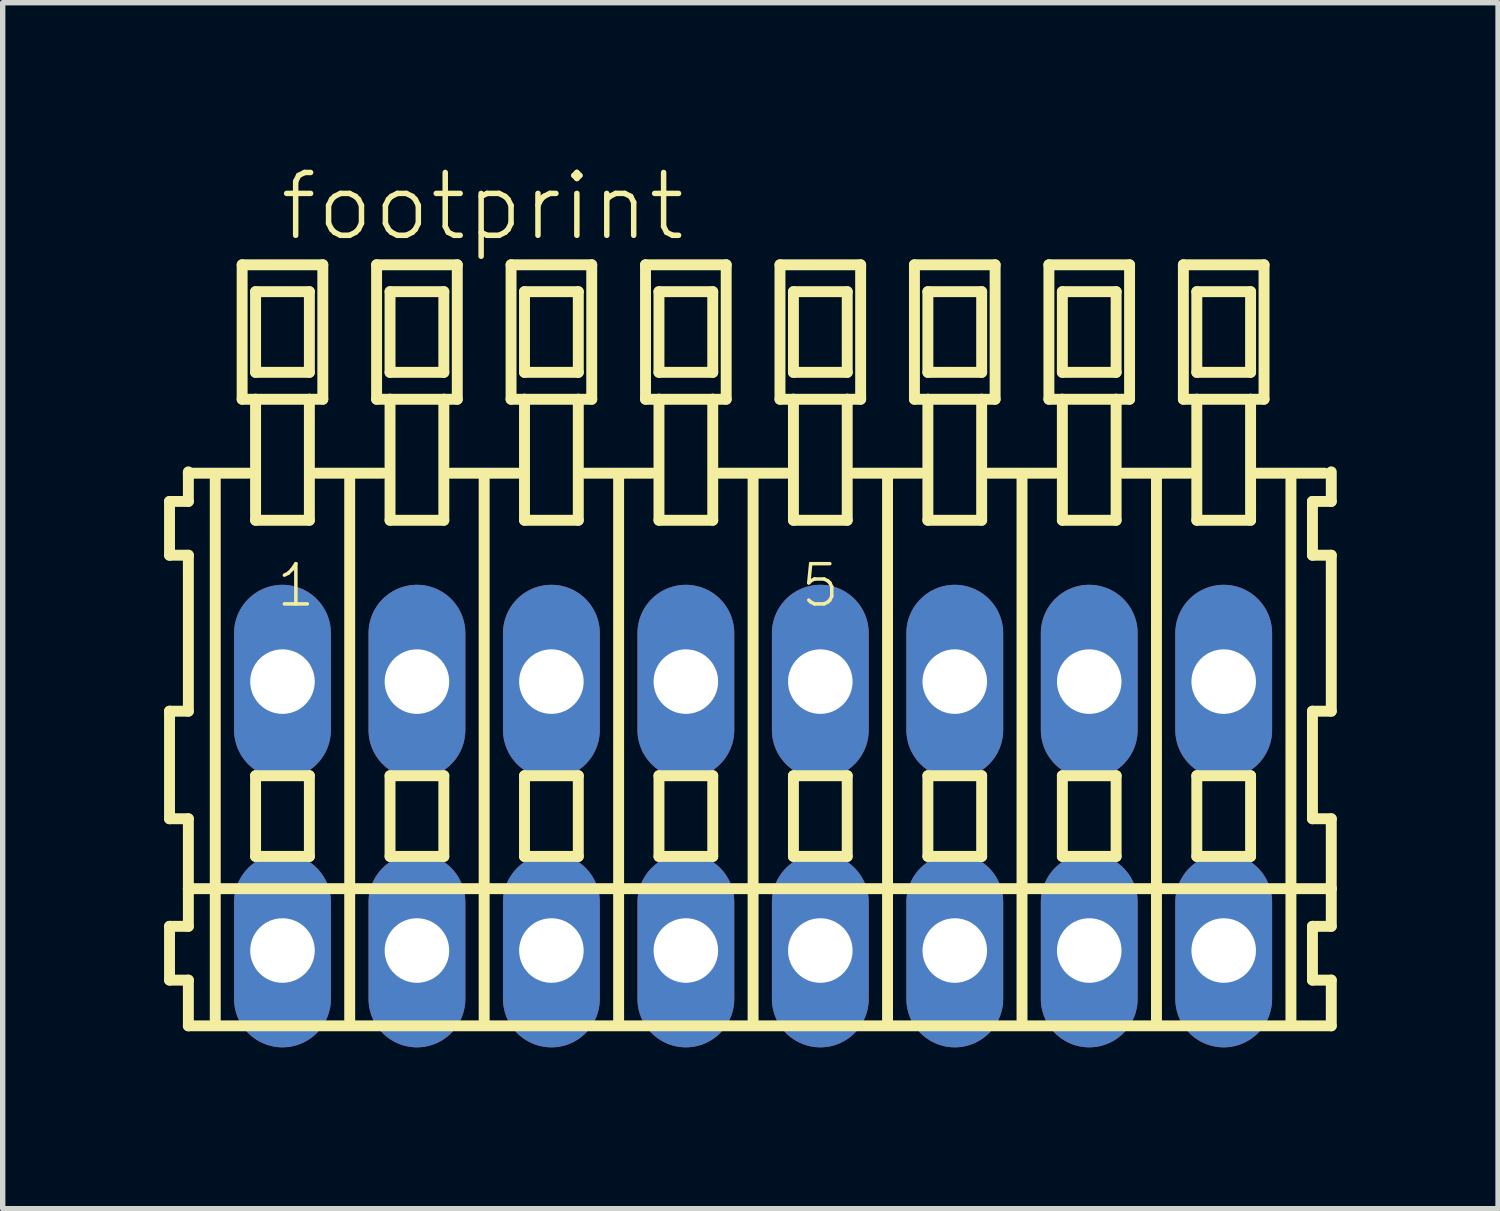
<source format=kicad_pcb>
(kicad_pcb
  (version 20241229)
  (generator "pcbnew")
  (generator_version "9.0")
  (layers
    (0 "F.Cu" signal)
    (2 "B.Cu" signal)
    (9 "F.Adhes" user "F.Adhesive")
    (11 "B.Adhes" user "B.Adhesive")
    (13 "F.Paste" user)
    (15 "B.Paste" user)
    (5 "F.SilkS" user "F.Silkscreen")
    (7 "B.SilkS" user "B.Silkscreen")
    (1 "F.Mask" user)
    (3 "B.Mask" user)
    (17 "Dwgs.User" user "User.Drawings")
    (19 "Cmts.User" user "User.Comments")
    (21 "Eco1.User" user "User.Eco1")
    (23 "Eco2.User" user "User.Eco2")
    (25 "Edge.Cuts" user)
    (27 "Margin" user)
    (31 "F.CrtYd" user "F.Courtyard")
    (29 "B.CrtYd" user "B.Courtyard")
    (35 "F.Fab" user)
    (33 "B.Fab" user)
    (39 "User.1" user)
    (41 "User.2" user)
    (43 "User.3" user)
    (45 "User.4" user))
  (footprint "footprint"
    (layer "F.Cu")
    (at 10.952 12.123)
    (property "Reference" "footprint" (at -8.85 -10.65 0) (layer "F.SilkS") (effects (font (size 1.168 1.168) (thickness 0.102)) (justify left bottom)))
    (fp_line (start -10.85 -5.85) (end -10.85 -4.85) (stroke (width 0.203) (type solid)) (layer "F.SilkS"))
    (fp_line (start -10.85 -4.85) (end -10.5 -4.85) (stroke (width 0.203) (type solid)) (layer "F.SilkS"))
    (fp_line (start -10.85 -1.95) (end -10.85 0.05) (stroke (width 0.203) (type solid)) (layer "F.SilkS"))
    (fp_line (start -10.85 0.05) (end -10.5 0.05) (stroke (width 0.203) (type solid)) (layer "F.SilkS"))
    (fp_line (start -10.85 2.05) (end -10.85 3.05) (stroke (width 0.203) (type solid)) (layer "F.SilkS"))
    (fp_line (start -10.85 3.05) (end -10.5 3.05) (stroke (width 0.203) (type solid)) (layer "F.SilkS"))
    (fp_line (start -10.5 -6.4) (end -10.5 -6.375) (stroke (width 0.203) (type solid)) (layer "F.SilkS"))
    (fp_line (start -10.5 -6.375) (end -10.5 -5.85) (stroke (width 0.203) (type solid)) (layer "F.SilkS"))
    (fp_line (start -10.5 -6.375) (end -9.375 -6.375) (stroke (width 0.203) (type solid)) (layer "F.SilkS"))
    (fp_line (start -10.5 -5.85) (end -10.85 -5.85) (stroke (width 0.203) (type solid)) (layer "F.SilkS"))
    (fp_line (start -10.5 -4.85) (end -10.5 -1.95) (stroke (width 0.203) (type solid)) (layer "F.SilkS"))
    (fp_line (start -10.5 -1.95) (end -10.85 -1.95) (stroke (width 0.203) (type solid)) (layer "F.SilkS"))
    (fp_line (start -10.5 0.05) (end -10.5 1.35) (stroke (width 0.203) (type solid)) (layer "F.SilkS"))
    (fp_line (start -10.5 1.35) (end -10.5 2.05) (stroke (width 0.203) (type solid)) (layer "F.SilkS"))
    (fp_line (start -10.5 1.35) (end 10.75 1.35) (stroke (width 0.203) (type solid)) (layer "F.SilkS"))
    (fp_line (start -10.5 2.05) (end -10.85 2.05) (stroke (width 0.203) (type solid)) (layer "F.SilkS"))
    (fp_line (start -10.5 3.05) (end -10.5 3.9) (stroke (width 0.203) (type solid)) (layer "F.SilkS"))
    (fp_line (start -10.5 3.9) (end 10.75 3.9) (stroke (width 0.203) (type solid)) (layer "F.SilkS"))
    (fp_line (start -10 -6.35) (end -10 3.8) (stroke (width 0.203) (type solid)) (layer "F.SilkS"))
    (fp_line (start -9.5 -10.25) (end -9.5 -7.75) (stroke (width 0.203) (type solid)) (layer "F.SilkS"))
    (fp_line (start -9.5 -7.75) (end -9.25 -7.75) (stroke (width 0.203) (type solid)) (layer "F.SilkS"))
    (fp_line (start -9.25 -9.75) (end -9.25 -8.25) (stroke (width 0.203) (type solid)) (layer "F.SilkS"))
    (fp_line (start -9.25 -8.25) (end -8.25 -8.25) (stroke (width 0.203) (type solid)) (layer "F.SilkS"))
    (fp_line (start -9.25 -7.75) (end -9.25 -5.5) (stroke (width 0.203) (type solid)) (layer "F.SilkS"))
    (fp_line (start -9.25 -7.75) (end -8.25 -7.75) (stroke (width 0.203) (type solid)) (layer "F.SilkS"))
    (fp_line (start -9.25 -5.5) (end -8.25 -5.5) (stroke (width 0.203) (type solid)) (layer "F.SilkS"))
    (fp_line (start -9.25 -0.75) (end -9.25 0.75) (stroke (width 0.203) (type solid)) (layer "F.SilkS"))
    (fp_line (start -9.25 0.75) (end -8.25 0.75) (stroke (width 0.203) (type solid)) (layer "F.SilkS"))
    (fp_line (start -8.25 -9.75) (end -9.25 -9.75) (stroke (width 0.203) (type solid)) (layer "F.SilkS"))
    (fp_line (start -8.25 -8.25) (end -8.25 -9.75) (stroke (width 0.203) (type solid)) (layer "F.SilkS"))
    (fp_line (start -8.25 -7.75) (end -8 -7.75) (stroke (width 0.203) (type solid)) (layer "F.SilkS"))
    (fp_line (start -8.25 -5.5) (end -8.25 -7.75) (stroke (width 0.203) (type solid)) (layer "F.SilkS"))
    (fp_line (start -8.25 -0.75) (end -9.25 -0.75) (stroke (width 0.203) (type solid)) (layer "F.SilkS"))
    (fp_line (start -8.25 0.75) (end -8.25 -0.75) (stroke (width 0.203) (type solid)) (layer "F.SilkS"))
    (fp_line (start -8.125 -6.375) (end -6.875 -6.375) (stroke (width 0.203) (type solid)) (layer "F.SilkS"))
    (fp_line (start -8 -10.25) (end -9.5 -10.25) (stroke (width 0.203) (type solid)) (layer "F.SilkS"))
    (fp_line (start -8 -7.75) (end -8 -10.25) (stroke (width 0.203) (type solid)) (layer "F.SilkS"))
    (fp_line (start -7.5 -6.35) (end -7.5 3.8) (stroke (width 0.203) (type solid)) (layer "F.SilkS"))
    (fp_line (start -7 -10.25) (end -7 -7.75) (stroke (width 0.203) (type solid)) (layer "F.SilkS"))
    (fp_line (start -7 -7.75) (end -6.75 -7.75) (stroke (width 0.203) (type solid)) (layer "F.SilkS"))
    (fp_line (start -6.75 -9.75) (end -6.75 -8.25) (stroke (width 0.203) (type solid)) (layer "F.SilkS"))
    (fp_line (start -6.75 -8.25) (end -5.75 -8.25) (stroke (width 0.203) (type solid)) (layer "F.SilkS"))
    (fp_line (start -6.75 -7.75) (end -6.75 -5.5) (stroke (width 0.203) (type solid)) (layer "F.SilkS"))
    (fp_line (start -6.75 -7.75) (end -5.75 -7.75) (stroke (width 0.203) (type solid)) (layer "F.SilkS"))
    (fp_line (start -6.75 -5.5) (end -5.75 -5.5) (stroke (width 0.203) (type solid)) (layer "F.SilkS"))
    (fp_line (start -6.75 -0.75) (end -6.75 0.75) (stroke (width 0.203) (type solid)) (layer "F.SilkS"))
    (fp_line (start -6.75 0.75) (end -5.75 0.75) (stroke (width 0.203) (type solid)) (layer "F.SilkS"))
    (fp_line (start -5.75 -9.75) (end -6.75 -9.75) (stroke (width 0.203) (type solid)) (layer "F.SilkS"))
    (fp_line (start -5.75 -8.25) (end -5.75 -9.75) (stroke (width 0.203) (type solid)) (layer "F.SilkS"))
    (fp_line (start -5.75 -7.75) (end -5.5 -7.75) (stroke (width 0.203) (type solid)) (layer "F.SilkS"))
    (fp_line (start -5.75 -5.5) (end -5.75 -7.75) (stroke (width 0.203) (type solid)) (layer "F.SilkS"))
    (fp_line (start -5.75 -0.75) (end -6.75 -0.75) (stroke (width 0.203) (type solid)) (layer "F.SilkS"))
    (fp_line (start -5.75 0.75) (end -5.75 -0.75) (stroke (width 0.203) (type solid)) (layer "F.SilkS"))
    (fp_line (start -5.625 -6.375) (end -4.375 -6.375) (stroke (width 0.203) (type solid)) (layer "F.SilkS"))
    (fp_line (start -5.5 -10.25) (end -7 -10.25) (stroke (width 0.203) (type solid)) (layer "F.SilkS"))
    (fp_line (start -5.5 -7.75) (end -5.5 -10.25) (stroke (width 0.203) (type solid)) (layer "F.SilkS"))
    (fp_line (start -5 -6.35) (end -5 3.8) (stroke (width 0.203) (type solid)) (layer "F.SilkS"))
    (fp_line (start -4.5 -10.25) (end -4.5 -7.75) (stroke (width 0.203) (type solid)) (layer "F.SilkS"))
    (fp_line (start -4.5 -7.75) (end -4.25 -7.75) (stroke (width 0.203) (type solid)) (layer "F.SilkS"))
    (fp_line (start -4.25 -9.75) (end -4.25 -8.25) (stroke (width 0.203) (type solid)) (layer "F.SilkS"))
    (fp_line (start -4.25 -8.25) (end -3.25 -8.25) (stroke (width 0.203) (type solid)) (layer "F.SilkS"))
    (fp_line (start -4.25 -7.75) (end -4.25 -5.5) (stroke (width 0.203) (type solid)) (layer "F.SilkS"))
    (fp_line (start -4.25 -7.75) (end -3.25 -7.75) (stroke (width 0.203) (type solid)) (layer "F.SilkS"))
    (fp_line (start -4.25 -5.5) (end -3.25 -5.5) (stroke (width 0.203) (type solid)) (layer "F.SilkS"))
    (fp_line (start -4.25 -0.75) (end -4.25 0.75) (stroke (width 0.203) (type solid)) (layer "F.SilkS"))
    (fp_line (start -4.25 0.75) (end -3.25 0.75) (stroke (width 0.203) (type solid)) (layer "F.SilkS"))
    (fp_line (start -3.25 -9.75) (end -4.25 -9.75) (stroke (width 0.203) (type solid)) (layer "F.SilkS"))
    (fp_line (start -3.25 -8.25) (end -3.25 -9.75) (stroke (width 0.203) (type solid)) (layer "F.SilkS"))
    (fp_line (start -3.25 -7.75) (end -3 -7.75) (stroke (width 0.203) (type solid)) (layer "F.SilkS"))
    (fp_line (start -3.25 -5.5) (end -3.25 -7.75) (stroke (width 0.203) (type solid)) (layer "F.SilkS"))
    (fp_line (start -3.25 -0.75) (end -4.25 -0.75) (stroke (width 0.203) (type solid)) (layer "F.SilkS"))
    (fp_line (start -3.25 0.75) (end -3.25 -0.75) (stroke (width 0.203) (type solid)) (layer "F.SilkS"))
    (fp_line (start -3.125 -6.375) (end -1.875 -6.375) (stroke (width 0.203) (type solid)) (layer "F.SilkS"))
    (fp_line (start -3 -10.25) (end -4.5 -10.25) (stroke (width 0.203) (type solid)) (layer "F.SilkS"))
    (fp_line (start -3 -7.75) (end -3 -10.25) (stroke (width 0.203) (type solid)) (layer "F.SilkS"))
    (fp_line (start -2.5 -6.35) (end -2.5 3.8) (stroke (width 0.203) (type solid)) (layer "F.SilkS"))
    (fp_line (start -2 -10.25) (end -2 -7.75) (stroke (width 0.203) (type solid)) (layer "F.SilkS"))
    (fp_line (start -2 -7.75) (end -1.75 -7.75) (stroke (width 0.203) (type solid)) (layer "F.SilkS"))
    (fp_line (start -1.75 -9.75) (end -1.75 -8.25) (stroke (width 0.203) (type solid)) (layer "F.SilkS"))
    (fp_line (start -1.75 -8.25) (end -0.75 -8.25) (stroke (width 0.203) (type solid)) (layer "F.SilkS"))
    (fp_line (start -1.75 -7.75) (end -1.75 -5.5) (stroke (width 0.203) (type solid)) (layer "F.SilkS"))
    (fp_line (start -1.75 -7.75) (end -0.75 -7.75) (stroke (width 0.203) (type solid)) (layer "F.SilkS"))
    (fp_line (start -1.75 -5.5) (end -0.75 -5.5) (stroke (width 0.203) (type solid)) (layer "F.SilkS"))
    (fp_line (start -1.75 -0.75) (end -1.75 0.75) (stroke (width 0.203) (type solid)) (layer "F.SilkS"))
    (fp_line (start -1.75 0.75) (end -0.75 0.75) (stroke (width 0.203) (type solid)) (layer "F.SilkS"))
    (fp_line (start -0.75 -9.75) (end -1.75 -9.75) (stroke (width 0.203) (type solid)) (layer "F.SilkS"))
    (fp_line (start -0.75 -8.25) (end -0.75 -9.75) (stroke (width 0.203) (type solid)) (layer "F.SilkS"))
    (fp_line (start -0.75 -7.75) (end -0.5 -7.75) (stroke (width 0.203) (type solid)) (layer "F.SilkS"))
    (fp_line (start -0.75 -5.5) (end -0.75 -7.75) (stroke (width 0.203) (type solid)) (layer "F.SilkS"))
    (fp_line (start -0.75 -0.75) (end -1.75 -0.75) (stroke (width 0.203) (type solid)) (layer "F.SilkS"))
    (fp_line (start -0.75 0.75) (end -0.75 -0.75) (stroke (width 0.203) (type solid)) (layer "F.SilkS"))
    (fp_line (start -0.625 -6.375) (end 0.625 -6.375) (stroke (width 0.203) (type solid)) (layer "F.SilkS"))
    (fp_line (start -0.5 -10.25) (end -2 -10.25) (stroke (width 0.203) (type solid)) (layer "F.SilkS"))
    (fp_line (start -0.5 -7.75) (end -0.5 -10.25) (stroke (width 0.203) (type solid)) (layer "F.SilkS"))
    (fp_line (start 0 -6.35) (end 0 3.8) (stroke (width 0.203) (type solid)) (layer "F.SilkS"))
    (fp_line (start 0.5 -10.25) (end 0.5 -7.75) (stroke (width 0.203) (type solid)) (layer "F.SilkS"))
    (fp_line (start 0.5 -7.75) (end 0.75 -7.75) (stroke (width 0.203) (type solid)) (layer "F.SilkS"))
    (fp_line (start 0.75 -9.75) (end 0.75 -8.25) (stroke (width 0.203) (type solid)) (layer "F.SilkS"))
    (fp_line (start 0.75 -8.25) (end 1.75 -8.25) (stroke (width 0.203) (type solid)) (layer "F.SilkS"))
    (fp_line (start 0.75 -7.75) (end 0.75 -5.5) (stroke (width 0.203) (type solid)) (layer "F.SilkS"))
    (fp_line (start 0.75 -7.75) (end 1.75 -7.75) (stroke (width 0.203) (type solid)) (layer "F.SilkS"))
    (fp_line (start 0.75 -5.5) (end 1.75 -5.5) (stroke (width 0.203) (type solid)) (layer "F.SilkS"))
    (fp_line (start 0.75 -0.75) (end 0.75 0.75) (stroke (width 0.203) (type solid)) (layer "F.SilkS"))
    (fp_line (start 0.75 0.75) (end 1.75 0.75) (stroke (width 0.203) (type solid)) (layer "F.SilkS"))
    (fp_line (start 1.75 -9.75) (end 0.75 -9.75) (stroke (width 0.203) (type solid)) (layer "F.SilkS"))
    (fp_line (start 1.75 -8.25) (end 1.75 -9.75) (stroke (width 0.203) (type solid)) (layer "F.SilkS"))
    (fp_line (start 1.75 -7.75) (end 2 -7.75) (stroke (width 0.203) (type solid)) (layer "F.SilkS"))
    (fp_line (start 1.75 -5.5) (end 1.75 -7.75) (stroke (width 0.203) (type solid)) (layer "F.SilkS"))
    (fp_line (start 1.75 -0.75) (end 0.75 -0.75) (stroke (width 0.203) (type solid)) (layer "F.SilkS"))
    (fp_line (start 1.75 0.75) (end 1.75 -0.75) (stroke (width 0.203) (type solid)) (layer "F.SilkS"))
    (fp_line (start 1.875 -6.375) (end 3.125 -6.375) (stroke (width 0.203) (type solid)) (layer "F.SilkS"))
    (fp_line (start 2 -10.25) (end 0.5 -10.25) (stroke (width 0.203) (type solid)) (layer "F.SilkS"))
    (fp_line (start 2 -7.75) (end 2 -10.25) (stroke (width 0.203) (type solid)) (layer "F.SilkS"))
    (fp_line (start 2.5 -6.35) (end 2.5 3.8) (stroke (width 0.203) (type solid)) (layer "F.SilkS"))
    (fp_line (start 3 -10.25) (end 3 -7.75) (stroke (width 0.203) (type solid)) (layer "F.SilkS"))
    (fp_line (start 3 -7.75) (end 3.25 -7.75) (stroke (width 0.203) (type solid)) (layer "F.SilkS"))
    (fp_line (start 3.25 -9.75) (end 3.25 -8.25) (stroke (width 0.203) (type solid)) (layer "F.SilkS"))
    (fp_line (start 3.25 -8.25) (end 4.25 -8.25) (stroke (width 0.203) (type solid)) (layer "F.SilkS"))
    (fp_line (start 3.25 -7.75) (end 3.25 -5.5) (stroke (width 0.203) (type solid)) (layer "F.SilkS"))
    (fp_line (start 3.25 -7.75) (end 4.25 -7.75) (stroke (width 0.203) (type solid)) (layer "F.SilkS"))
    (fp_line (start 3.25 -5.5) (end 4.25 -5.5) (stroke (width 0.203) (type solid)) (layer "F.SilkS"))
    (fp_line (start 3.25 -0.75) (end 3.25 0.75) (stroke (width 0.203) (type solid)) (layer "F.SilkS"))
    (fp_line (start 3.25 0.75) (end 4.25 0.75) (stroke (width 0.203) (type solid)) (layer "F.SilkS"))
    (fp_line (start 4.25 -9.75) (end 3.25 -9.75) (stroke (width 0.203) (type solid)) (layer "F.SilkS"))
    (fp_line (start 4.25 -8.25) (end 4.25 -9.75) (stroke (width 0.203) (type solid)) (layer "F.SilkS"))
    (fp_line (start 4.25 -7.75) (end 4.5 -7.75) (stroke (width 0.203) (type solid)) (layer "F.SilkS"))
    (fp_line (start 4.25 -5.5) (end 4.25 -7.75) (stroke (width 0.203) (type solid)) (layer "F.SilkS"))
    (fp_line (start 4.25 -0.75) (end 3.25 -0.75) (stroke (width 0.203) (type solid)) (layer "F.SilkS"))
    (fp_line (start 4.25 0.75) (end 4.25 -0.75) (stroke (width 0.203) (type solid)) (layer "F.SilkS"))
    (fp_line (start 4.375 -6.375) (end 5.625 -6.375) (stroke (width 0.203) (type solid)) (layer "F.SilkS"))
    (fp_line (start 4.5 -10.25) (end 3 -10.25) (stroke (width 0.203) (type solid)) (layer "F.SilkS"))
    (fp_line (start 4.5 -7.75) (end 4.5 -10.25) (stroke (width 0.203) (type solid)) (layer "F.SilkS"))
    (fp_line (start 5 -6.35) (end 5 3.8) (stroke (width 0.203) (type solid)) (layer "F.SilkS"))
    (fp_line (start 5.5 -10.25) (end 5.5 -7.75) (stroke (width 0.203) (type solid)) (layer "F.SilkS"))
    (fp_line (start 5.5 -7.75) (end 5.75 -7.75) (stroke (width 0.203) (type solid)) (layer "F.SilkS"))
    (fp_line (start 5.75 -9.75) (end 5.75 -8.25) (stroke (width 0.203) (type solid)) (layer "F.SilkS"))
    (fp_line (start 5.75 -8.25) (end 6.75 -8.25) (stroke (width 0.203) (type solid)) (layer "F.SilkS"))
    (fp_line (start 5.75 -7.75) (end 5.75 -5.5) (stroke (width 0.203) (type solid)) (layer "F.SilkS"))
    (fp_line (start 5.75 -7.75) (end 6.75 -7.75) (stroke (width 0.203) (type solid)) (layer "F.SilkS"))
    (fp_line (start 5.75 -5.5) (end 6.75 -5.5) (stroke (width 0.203) (type solid)) (layer "F.SilkS"))
    (fp_line (start 5.75 -0.75) (end 5.75 0.75) (stroke (width 0.203) (type solid)) (layer "F.SilkS"))
    (fp_line (start 5.75 0.75) (end 6.75 0.75) (stroke (width 0.203) (type solid)) (layer "F.SilkS"))
    (fp_line (start 6.75 -9.75) (end 5.75 -9.75) (stroke (width 0.203) (type solid)) (layer "F.SilkS"))
    (fp_line (start 6.75 -8.25) (end 6.75 -9.75) (stroke (width 0.203) (type solid)) (layer "F.SilkS"))
    (fp_line (start 6.75 -7.75) (end 7 -7.75) (stroke (width 0.203) (type solid)) (layer "F.SilkS"))
    (fp_line (start 6.75 -5.5) (end 6.75 -7.75) (stroke (width 0.203) (type solid)) (layer "F.SilkS"))
    (fp_line (start 6.75 -0.75) (end 5.75 -0.75) (stroke (width 0.203) (type solid)) (layer "F.SilkS"))
    (fp_line (start 6.75 0.75) (end 6.75 -0.75) (stroke (width 0.203) (type solid)) (layer "F.SilkS"))
    (fp_line (start 6.875 -6.375) (end 8.125 -6.375) (stroke (width 0.203) (type solid)) (layer "F.SilkS"))
    (fp_line (start 7 -10.25) (end 5.5 -10.25) (stroke (width 0.203) (type solid)) (layer "F.SilkS"))
    (fp_line (start 7 -7.75) (end 7 -10.25) (stroke (width 0.203) (type solid)) (layer "F.SilkS"))
    (fp_line (start 7.5 -6.35) (end 7.5 3.8) (stroke (width 0.203) (type solid)) (layer "F.SilkS"))
    (fp_line (start 8 -10.25) (end 8 -7.75) (stroke (width 0.203) (type solid)) (layer "F.SilkS"))
    (fp_line (start 8 -7.75) (end 8.25 -7.75) (stroke (width 0.203) (type solid)) (layer "F.SilkS"))
    (fp_line (start 8.25 -9.75) (end 8.25 -8.25) (stroke (width 0.203) (type solid)) (layer "F.SilkS"))
    (fp_line (start 8.25 -8.25) (end 9.25 -8.25) (stroke (width 0.203) (type solid)) (layer "F.SilkS"))
    (fp_line (start 8.25 -7.75) (end 8.25 -5.5) (stroke (width 0.203) (type solid)) (layer "F.SilkS"))
    (fp_line (start 8.25 -7.75) (end 9.25 -7.75) (stroke (width 0.203) (type solid)) (layer "F.SilkS"))
    (fp_line (start 8.25 -5.5) (end 9.25 -5.5) (stroke (width 0.203) (type solid)) (layer "F.SilkS"))
    (fp_line (start 8.25 -0.75) (end 8.25 0.75) (stroke (width 0.203) (type solid)) (layer "F.SilkS"))
    (fp_line (start 8.25 0.75) (end 9.25 0.75) (stroke (width 0.203) (type solid)) (layer "F.SilkS"))
    (fp_line (start 9.25 -9.75) (end 8.25 -9.75) (stroke (width 0.203) (type solid)) (layer "F.SilkS"))
    (fp_line (start 9.25 -8.25) (end 9.25 -9.75) (stroke (width 0.203) (type solid)) (layer "F.SilkS"))
    (fp_line (start 9.25 -7.75) (end 9.5 -7.75) (stroke (width 0.203) (type solid)) (layer "F.SilkS"))
    (fp_line (start 9.25 -5.5) (end 9.25 -7.75) (stroke (width 0.203) (type solid)) (layer "F.SilkS"))
    (fp_line (start 9.25 -0.75) (end 8.25 -0.75) (stroke (width 0.203) (type solid)) (layer "F.SilkS"))
    (fp_line (start 9.25 0.75) (end 9.25 -0.75) (stroke (width 0.203) (type solid)) (layer "F.SilkS"))
    (fp_line (start 9.375 -6.375) (end 10.625 -6.375) (stroke (width 0.203) (type solid)) (layer "F.SilkS"))
    (fp_line (start 9.5 -10.25) (end 8 -10.25) (stroke (width 0.203) (type solid)) (layer "F.SilkS"))
    (fp_line (start 9.5 -7.75) (end 9.5 -10.25) (stroke (width 0.203) (type solid)) (layer "F.SilkS"))
    (fp_line (start 10 -6.35) (end 10 3.8) (stroke (width 0.203) (type solid)) (layer "F.SilkS"))
    (fp_line (start 10.4 -5.85) (end 10.4 -4.85) (stroke (width 0.203) (type solid)) (layer "F.SilkS"))
    (fp_line (start 10.4 -4.85) (end 10.75 -4.85) (stroke (width 0.203) (type solid)) (layer "F.SilkS"))
    (fp_line (start 10.4 -1.95) (end 10.4 0.05) (stroke (width 0.203) (type solid)) (layer "F.SilkS"))
    (fp_line (start 10.4 0.05) (end 10.75 0.05) (stroke (width 0.203) (type solid)) (layer "F.SilkS"))
    (fp_line (start 10.4 2.05) (end 10.4 3.05) (stroke (width 0.203) (type solid)) (layer "F.SilkS"))
    (fp_line (start 10.4 3.05) (end 10.75 3.05) (stroke (width 0.203) (type solid)) (layer "F.SilkS"))
    (fp_line (start 10.75 -5.85) (end 10.4 -5.85) (stroke (width 0.203) (type solid)) (layer "F.SilkS"))
    (fp_line (start 10.75 -5.85) (end 10.75 -6.4) (stroke (width 0.203) (type solid)) (layer "F.SilkS"))
    (fp_line (start 10.75 -1.95) (end 10.4 -1.95) (stroke (width 0.203) (type solid)) (layer "F.SilkS"))
    (fp_line (start 10.75 -1.95) (end 10.75 -4.85) (stroke (width 0.203) (type solid)) (layer "F.SilkS"))
    (fp_line (start 10.75 1.35) (end 10.75 0.05) (stroke (width 0.203) (type solid)) (layer "F.SilkS"))
    (fp_line (start 10.75 2.05) (end 10.4 2.05) (stroke (width 0.203) (type solid)) (layer "F.SilkS"))
    (fp_line (start 10.75 2.05) (end 10.75 1.35) (stroke (width 0.203) (type solid)) (layer "F.SilkS"))
    (fp_line (start 10.75 3.9) (end 10.75 3.05) (stroke (width 0.203) (type solid)) (layer "F.SilkS"))
    (fp_text user "1" (at -8.9 -3.85 0) (layer "F.SilkS") (effects (font (size 0.748 0.748) (thickness 0.065)) (justify left bottom)))
    (fp_text user "5" (at 0.85 -3.85 0) (layer "F.SilkS") (effects (font (size 0.748 0.748) (thickness 0.065)) (justify left bottom)))
    (pad "A1" thru_hole oval (at -8.75 -2.5 90) (size 3.6 1.8) (drill 1.2) (layers "*.Cu" "*.Mask"))
    (pad "A2" thru_hole oval (at -6.25 -2.5 90) (size 3.6 1.8) (drill 1.2) (layers "*.Cu" "*.Mask"))
    (pad "A3" thru_hole oval (at -3.75 -2.5 90) (size 3.6 1.8) (drill 1.2) (layers "*.Cu" "*.Mask"))
    (pad "A4" thru_hole oval (at -1.25 -2.5 90) (size 3.6 1.8) (drill 1.2) (layers "*.Cu" "*.Mask"))
    (pad "A5" thru_hole oval (at 1.25 -2.5 90) (size 3.6 1.8) (drill 1.2) (layers "*.Cu" "*.Mask"))
    (pad "A6" thru_hole oval (at 3.75 -2.5 90) (size 3.6 1.8) (drill 1.2) (layers "*.Cu" "*.Mask"))
    (pad "A7" thru_hole oval (at 6.25 -2.5 90) (size 3.6 1.8) (drill 1.2) (layers "*.Cu" "*.Mask"))
    (pad "A8" thru_hole oval (at 8.75 -2.5 90) (size 3.6 1.8) (drill 1.2) (layers "*.Cu" "*.Mask"))
    (pad "B1" thru_hole oval (at -8.75 2.5 90) (size 3.6 1.8) (drill 1.2) (layers "*.Cu" "*.Mask"))
    (pad "B2" thru_hole oval (at -6.25 2.5 90) (size 3.6 1.8) (drill 1.2) (layers "*.Cu" "*.Mask"))
    (pad "B3" thru_hole oval (at -3.75 2.5 90) (size 3.6 1.8) (drill 1.2) (layers "*.Cu" "*.Mask"))
    (pad "B4" thru_hole oval (at -1.25 2.5 90) (size 3.6 1.8) (drill 1.2) (layers "*.Cu" "*.Mask"))
    (pad "B5" thru_hole oval (at 1.25 2.5 90) (size 3.6 1.8) (drill 1.2) (layers "*.Cu" "*.Mask"))
    (pad "B6" thru_hole oval (at 3.75 2.5 90) (size 3.6 1.8) (drill 1.2) (layers "*.Cu" "*.Mask"))
    (pad "B7" thru_hole oval (at 6.25 2.5 90) (size 3.6 1.8) (drill 1.2) (layers "*.Cu" "*.Mask"))
    (pad "B8" thru_hole oval (at 8.75 2.5 90) (size 3.6 1.8) (drill 1.2) (layers "*.Cu" "*.Mask")))
  (gr_rect
    (start -3 -3)
    (end 24.803 19.423)
    (stroke (width 0.1) (type default))
    (fill no)
    (layer "Edge.Cuts")))
</source>
